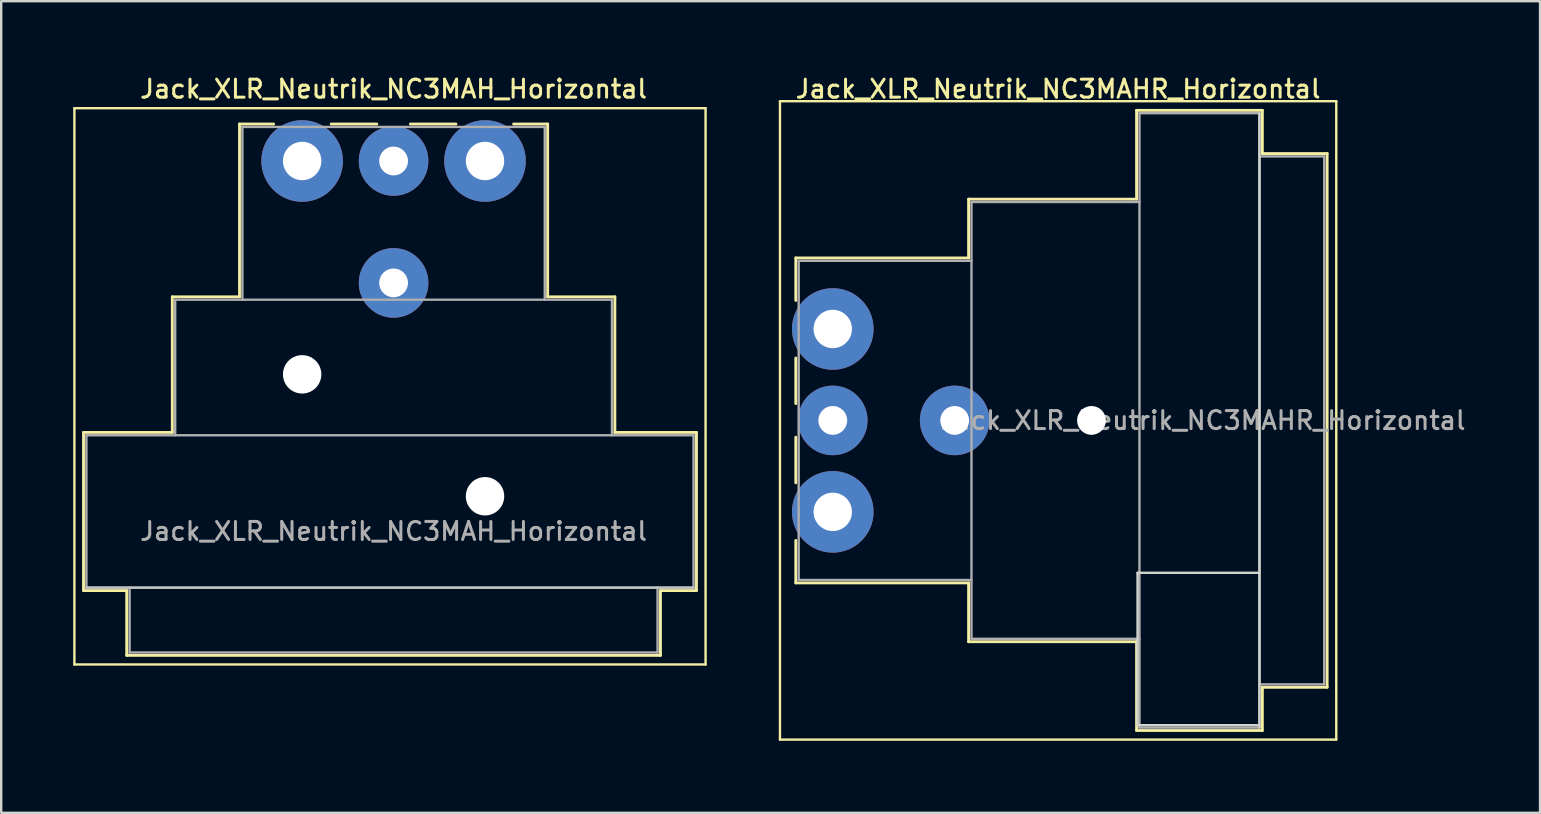
<source format=kicad_pcb>
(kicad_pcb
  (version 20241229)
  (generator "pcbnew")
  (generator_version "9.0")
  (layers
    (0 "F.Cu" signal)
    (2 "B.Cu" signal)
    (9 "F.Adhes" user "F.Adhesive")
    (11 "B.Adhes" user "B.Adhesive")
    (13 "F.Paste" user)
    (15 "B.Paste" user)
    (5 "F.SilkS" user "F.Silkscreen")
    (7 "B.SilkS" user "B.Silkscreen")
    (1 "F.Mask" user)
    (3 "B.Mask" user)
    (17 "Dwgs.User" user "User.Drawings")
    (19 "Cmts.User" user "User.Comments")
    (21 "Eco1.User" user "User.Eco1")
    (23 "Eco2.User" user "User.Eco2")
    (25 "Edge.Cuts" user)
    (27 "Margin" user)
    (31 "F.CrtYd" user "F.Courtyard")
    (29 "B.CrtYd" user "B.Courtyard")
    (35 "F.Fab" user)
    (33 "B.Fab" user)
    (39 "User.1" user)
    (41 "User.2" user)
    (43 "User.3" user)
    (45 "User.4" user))
  (footprint "Jack_XLR_Neutrik_NC3MAH_Horizontal"
    (layer "F.Cu")
    (at 9.54 3.658)
    (property "Reference" "Jack_XLR_Neutrik_NC3MAH_Horizontal" (at 3.81 -3 0) (layer "F.SilkS") (effects (font (size 0.75 0.75) (thickness 0.125))))
    (attr through_hole)
    (fp_line (start -9.49 20.98) (end -9.49 -2.2) (stroke (width 0.1) (type solid)) (layer "F.SilkS"))
    (fp_line (start -9.11 11.31) (end -5.41 11.31) (stroke (width 0.12) (type solid)) (layer "F.SilkS"))
    (fp_line (start -9.11 17.9) (end -9.11 11.31) (stroke (width 0.12) (type solid)) (layer "F.SilkS"))
    (fp_line (start -7.31 17.9) (end -9.11 17.9) (stroke (width 0.12) (type solid)) (layer "F.SilkS"))
    (fp_line (start -7.31 17.9) (end -7.31 20.6) (stroke (width 0.12) (type solid)) (layer "F.SilkS"))
    (fp_line (start -5.41 11.31) (end -5.41 5.66) (stroke (width 0.12) (type solid)) (layer "F.SilkS"))
    (fp_line (start -2.61 5.66) (end -5.41 5.66) (stroke (width 0.12) (type solid)) (layer "F.SilkS"))
    (fp_line (start -2.61 5.66) (end -2.61 -1.54) (stroke (width 0.12) (type solid)) (layer "F.SilkS"))
    (fp_line (start -1.19 -1.54) (end -2.61 -1.54) (stroke (width 0.12) (type solid)) (layer "F.SilkS"))
    (fp_line (start 3.11 -1.54) (end 1.21 -1.54) (stroke (width 0.12) (type solid)) (layer "F.SilkS"))
    (fp_line (start 4.51 -1.54) (end 6.41 -1.54) (stroke (width 0.12) (type solid)) (layer "F.SilkS"))
    (fp_line (start 10.23 -1.54) (end 8.81 -1.54) (stroke (width 0.12) (type solid)) (layer "F.SilkS"))
    (fp_line (start 10.23 5.66) (end 10.23 -1.54) (stroke (width 0.12) (type solid)) (layer "F.SilkS"))
    (fp_line (start 10.23 5.66) (end 13.03 5.66) (stroke (width 0.12) (type solid)) (layer "F.SilkS"))
    (fp_line (start 13.03 11.31) (end 13.03 5.66) (stroke (width 0.12) (type solid)) (layer "F.SilkS"))
    (fp_line (start 13.03 11.31) (end 16.43 11.31) (stroke (width 0.12) (type solid)) (layer "F.SilkS"))
    (fp_line (start 14.93 17.9) (end 14.93 20.6) (stroke (width 0.12) (type solid)) (layer "F.SilkS"))
    (fp_line (start 14.93 20.6) (end -7.31 20.6) (stroke (width 0.12) (type solid)) (layer "F.SilkS"))
    (fp_line (start 16.43 17.9) (end 14.93 17.9) (stroke (width 0.12) (type solid)) (layer "F.SilkS"))
    (fp_line (start 16.43 17.9) (end 16.43 11.31) (stroke (width 0.12) (type solid)) (layer "F.SilkS"))
    (fp_line (start 16.81 -2.2) (end -9.49 -2.2) (stroke (width 0.1) (type solid)) (layer "F.SilkS"))
    (fp_line (start 16.81 20.98) (end -9.49 20.98) (stroke (width 0.1) (type solid)) (layer "F.SilkS"))
    (fp_line (start 16.81 20.98) (end 16.81 -2.2) (stroke (width 0.1) (type solid)) (layer "F.SilkS"))
    (fp_line (start 16.31 17.78) (end -8.99 17.78) (stroke (width 0.1) (type solid)) (layer "Dwgs.User"))
    (fp_line (start -8.99 11.43) (end 16.31 11.43) (stroke (width 0.1) (type solid)) (layer "F.Fab"))
    (fp_line (start -8.99 17.78) (end -8.99 11.43) (stroke (width 0.1) (type solid)) (layer "F.Fab"))
    (fp_line (start -7.19 20.48) (end -7.19 17.78) (stroke (width 0.1) (type solid)) (layer "F.Fab"))
    (fp_line (start -5.29 5.78) (end -5.29 11.43) (stroke (width 0.1) (type solid)) (layer "F.Fab"))
    (fp_line (start -5.29 5.78) (end 12.91 5.78) (stroke (width 0.1) (type solid)) (layer "F.Fab"))
    (fp_line (start -2.49 5.78) (end -2.49 -1.42) (stroke (width 0.1) (type solid)) (layer "F.Fab"))
    (fp_line (start 10.11 -1.42) (end -2.49 -1.42) (stroke (width 0.1) (type solid)) (layer "F.Fab"))
    (fp_line (start 10.11 5.78) (end 10.11 -1.42) (stroke (width 0.1) (type solid)) (layer "F.Fab"))
    (fp_line (start 12.91 11.43) (end 12.91 5.78) (stroke (width 0.1) (type solid)) (layer "F.Fab"))
    (fp_line (start 14.81 17.78) (end 14.81 20.48) (stroke (width 0.1) (type solid)) (layer "F.Fab"))
    (fp_line (start 14.81 20.48) (end -7.19 20.48) (stroke (width 0.1) (type solid)) (layer "F.Fab"))
    (fp_line (start 16.31 11.43) (end 16.31 17.78) (stroke (width 0.1) (type solid)) (layer "F.Fab"))
    (fp_line (start 16.31 17.78) (end -8.99 17.78) (stroke (width 0.1) (type solid)) (layer "F.Fab"))
    (fp_text user "${REFERENCE}" (at 3.81 15.43 0) (layer "F.Fab") (effects (font (size 0.75 0.75) (thickness 0.125))))
    (pad "" np_thru_hole circle (at 0 8.89) (size 1.6 1.6) (drill 1.6) (layers "*.Cu" "*.Mask"))
    (pad "" np_thru_hole circle (at 7.62 13.97) (size 1.6 1.6) (drill 1.6) (layers "*.Cu" "*.Mask"))
    (pad "1" thru_hole circle (at 0 0) (size 3.4 3.4) (drill 1.6) (layers "*.Cu" "*.Mask"))
    (pad "2" thru_hole circle (at 7.62 0) (size 3.4 3.4) (drill 1.6) (layers "*.Cu" "*.Mask"))
    (pad "3" thru_hole circle (at 3.81 0) (size 2.9 2.9) (drill 1.2) (layers "*.Cu" "*.Mask"))
    (pad "G" thru_hole circle (at 3.81 5.08) (size 2.9 2.9) (drill 1.2) (layers "*.Cu" "*.Mask")))
  (footprint "Jack_XLR_Neutrik_NC3MAHR_Horizontal"
    (layer "F.Cu")
    (at 31.65 10.658)
    (property "Reference" "Jack_XLR_Neutrik_NC3MAHR_Horizontal" (at 9.39 -10 0) (layer "F.SilkS") (effects (font (size 0.75 0.75) (thickness 0.125))))
    (attr through_hole)
    (fp_line (start -2.2 -9.49) (end -2.2 17.11) (stroke (width 0.1) (type solid)) (layer "F.SilkS"))
    (fp_line (start -1.54 -2.96) (end -1.54 -1.19) (stroke (width 0.12) (type solid)) (layer "F.SilkS"))
    (fp_line (start -1.54 3.11) (end -1.54 1.21) (stroke (width 0.12) (type solid)) (layer "F.SilkS"))
    (fp_line (start -1.54 4.51) (end -1.54 6.41) (stroke (width 0.12) (type solid)) (layer "F.SilkS"))
    (fp_line (start -1.54 8.81) (end -1.54 10.58) (stroke (width 0.12) (type solid)) (layer "F.SilkS"))
    (fp_line (start 5.66 -2.96) (end -1.54 -2.96) (stroke (width 0.12) (type solid)) (layer "F.SilkS"))
    (fp_line (start 5.66 -2.96) (end 5.66 -5.41) (stroke (width 0.12) (type solid)) (layer "F.SilkS"))
    (fp_line (start 5.66 10.58) (end -1.54 10.58) (stroke (width 0.12) (type solid)) (layer "F.SilkS"))
    (fp_line (start 5.66 10.58) (end 5.66 13.03) (stroke (width 0.12) (type solid)) (layer "F.SilkS"))
    (fp_line (start 12.66 -5.41) (end 5.66 -5.41) (stroke (width 0.12) (type solid)) (layer "F.SilkS"))
    (fp_line (start 12.66 -5.41) (end 12.66 -9.11) (stroke (width 0.12) (type solid)) (layer "F.SilkS"))
    (fp_line (start 12.66 13.03) (end 5.66 13.03) (stroke (width 0.12) (type solid)) (layer "F.SilkS"))
    (fp_line (start 12.66 16.73) (end 12.66 13.03) (stroke (width 0.12) (type solid)) (layer "F.SilkS"))
    (fp_line (start 17.9 -9.11) (end 12.66 -9.11) (stroke (width 0.12) (type solid)) (layer "F.SilkS"))
    (fp_line (start 17.9 -9.11) (end 17.9 -7.31) (stroke (width 0.12) (type solid)) (layer "F.SilkS"))
    (fp_line (start 17.9 -7.31) (end 20.6 -7.31) (stroke (width 0.12) (type solid)) (layer "F.SilkS"))
    (fp_line (start 17.9 14.93) (end 17.9 16.73) (stroke (width 0.12) (type solid)) (layer "F.SilkS"))
    (fp_line (start 17.9 14.93) (end 20.6 14.93) (stroke (width 0.12) (type solid)) (layer "F.SilkS"))
    (fp_line (start 17.9 16.73) (end 12.66 16.73) (stroke (width 0.12) (type solid)) (layer "F.SilkS"))
    (fp_line (start 20.6 -7.31) (end 20.6 14.93) (stroke (width 0.12) (type solid)) (layer "F.SilkS"))
    (fp_line (start 20.98 -9.49) (end -2.2 -9.49) (stroke (width 0.1) (type solid)) (layer "F.SilkS"))
    (fp_line (start 20.98 -9.49) (end 20.98 17.11) (stroke (width 0.1) (type solid)) (layer "F.SilkS"))
    (fp_line (start 20.98 17.11) (end -2.2 17.11) (stroke (width 0.1) (type solid)) (layer "F.SilkS"))
    (fp_line (start 12.7 10.16) (end 12.7 16.51) (stroke (width 0.1) (type solid)) (layer "Edge.Cuts"))
    (fp_line (start 12.7 16.51) (end 17.78 16.51) (stroke (width 0.1) (type solid)) (layer "Edge.Cuts"))
    (fp_line (start 17.78 -8.99) (end 17.78 16.61) (stroke (width 0.1) (type solid)) (layer "Edge.Cuts"))
    (fp_line (start 17.78 10.16) (end 12.7 10.16) (stroke (width 0.1) (type solid)) (layer "Edge.Cuts"))
    (fp_line (start -1.42 -2.84) (end -1.42 10.46) (stroke (width 0.1) (type solid)) (layer "F.Fab"))
    (fp_line (start 5.78 -2.84) (end -1.42 -2.84) (stroke (width 0.1) (type solid)) (layer "F.Fab"))
    (fp_line (start 5.78 10.46) (end -1.42 10.46) (stroke (width 0.1) (type solid)) (layer "F.Fab"))
    (fp_line (start 5.78 12.91) (end 5.78 -5.29) (stroke (width 0.1) (type solid)) (layer "F.Fab"))
    (fp_line (start 5.78 12.91) (end 12.78 12.91) (stroke (width 0.1) (type solid)) (layer "F.Fab"))
    (fp_line (start 12.78 -8.99) (end 17.78 -8.99) (stroke (width 0.1) (type solid)) (layer "F.Fab"))
    (fp_line (start 12.78 -5.29) (end 5.78 -5.29) (stroke (width 0.1) (type solid)) (layer "F.Fab"))
    (fp_line (start 12.78 16.61) (end 12.78 -8.99) (stroke (width 0.1) (type solid)) (layer "F.Fab"))
    (fp_line (start 17.78 -8.99) (end 17.78 16.61) (stroke (width 0.1) (type solid)) (layer "F.Fab"))
    (fp_line (start 17.78 -7.19) (end 20.48 -7.19) (stroke (width 0.1) (type solid)) (layer "F.Fab"))
    (fp_line (start 17.78 16.61) (end 12.78 16.61) (stroke (width 0.1) (type solid)) (layer "F.Fab"))
    (fp_line (start 20.48 -7.19) (end 20.48 14.81) (stroke (width 0.1) (type solid)) (layer "F.Fab"))
    (fp_line (start 20.48 14.81) (end 17.78 14.81) (stroke (width 0.1) (type solid)) (layer "F.Fab"))
    (fp_text user "${REFERENCE}" (at 15.43 3.81 0) (layer "F.Fab") (effects (font (size 0.75 0.75) (thickness 0.125))))
    (pad "" np_thru_hole circle (at 10.78 3.81) (size 1.2 1.2) (drill 1.2) (layers "*.Cu" "*.Mask"))
    (pad "1" thru_hole circle (at 0 0) (size 3.4 3.4) (drill 1.6) (layers "*.Cu" "*.Mask"))
    (pad "2" thru_hole circle (at 0 3.81) (size 2.9 2.9) (drill 1.2) (layers "*.Cu" "*.Mask"))
    (pad "3" thru_hole circle (at 0 7.62) (size 3.4 3.4) (drill 1.6) (layers "*.Cu" "*.Mask"))
    (pad "G" thru_hole circle (at 5.08 3.81) (size 2.9 2.9) (drill 1.2) (layers "*.Cu" "*.Mask")))
  (gr_rect
    (start -3 -3)
    (end 61.121 30.818)
    (stroke (width 0.1) (type default))
    (fill no)
    (layer "Edge.Cuts")))
</source>
